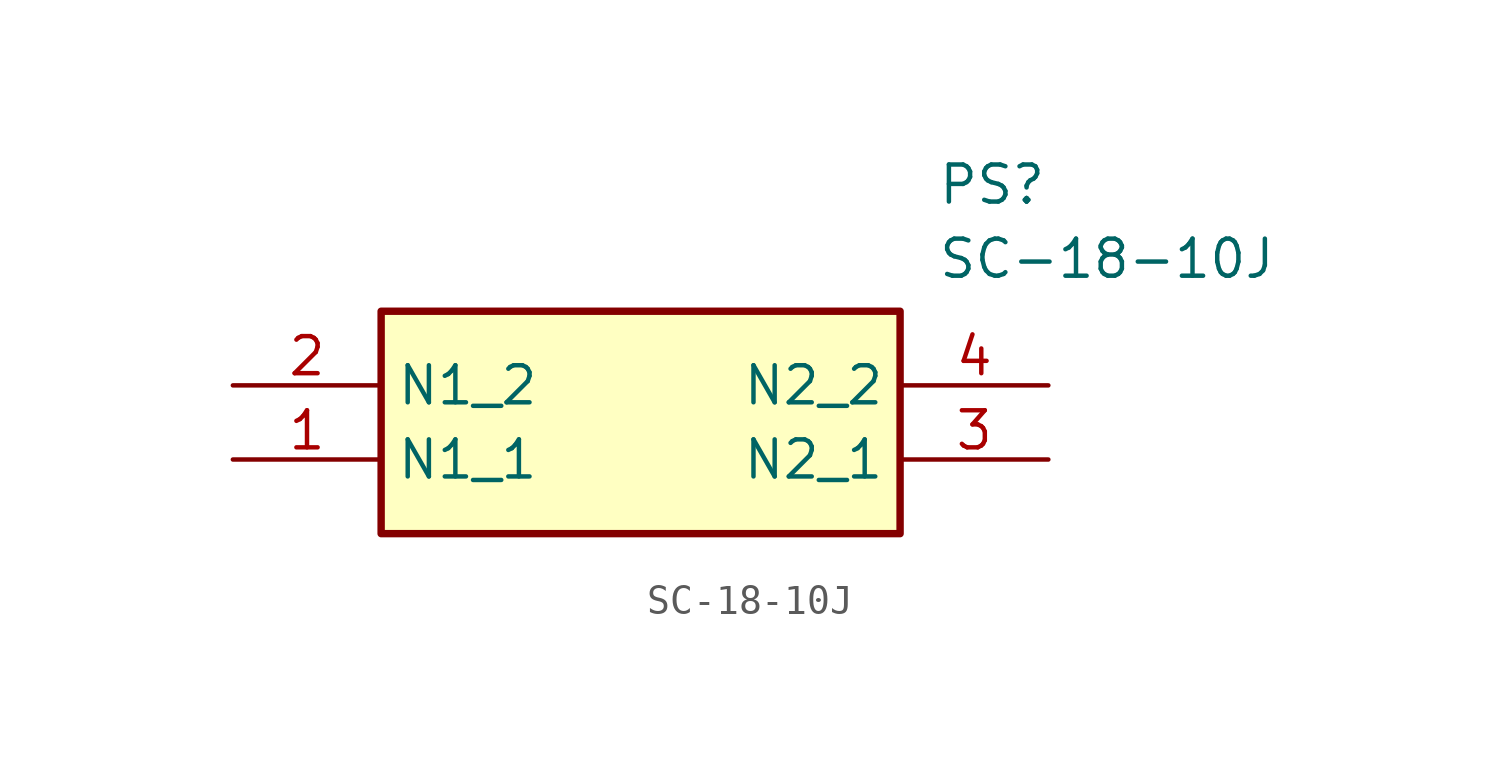
<source format=kicad_sym>
(kicad_symbol_lib
  (version 20211014)
  (generator SamacSys_ECAD_Model)
  (symbol "SC-18-10J"
    (property "Reference" "PS"
      (at 24.13 7.62 0)
      (effects (font (size 1.27 1.27)) (justify left top)))
    (property "Value" "SC-18-10J"
      (at 24.13 5.08 0)
      (effects (font (size 1.27 1.27)) (justify left top)))
    (rectangle
      (start 5.08 2.54)
      (end 22.86 -5.08)
      (stroke (width 0.254) (type default))
      (fill (type background)))
    (pin passive line
      (at 0 -2.54 0)
      (length 5.08)
      (name "N1_1" (effects (font (size 1.27 1.27))))
      (number "1" (effects (font (size 1.27 1.27)))))
    (pin passive line
      (at 0 0 0)
      (length 5.08)
      (name "N1_2" (effects (font (size 1.27 1.27))))
      (number "2" (effects (font (size 1.27 1.27)))))
    (pin passive line
      (at 27.94 -2.54 180)
      (length 5.08)
      (name "N2_1" (effects (font (size 1.27 1.27))))
      (number "3" (effects (font (size 1.27 1.27)))))
    (pin passive line
      (at 27.94 0 180)
      (length 5.08)
      (name "N2_2" (effects (font (size 1.27 1.27))))
      (number "4" (effects (font (size 1.27 1.27)))))))
</source>
